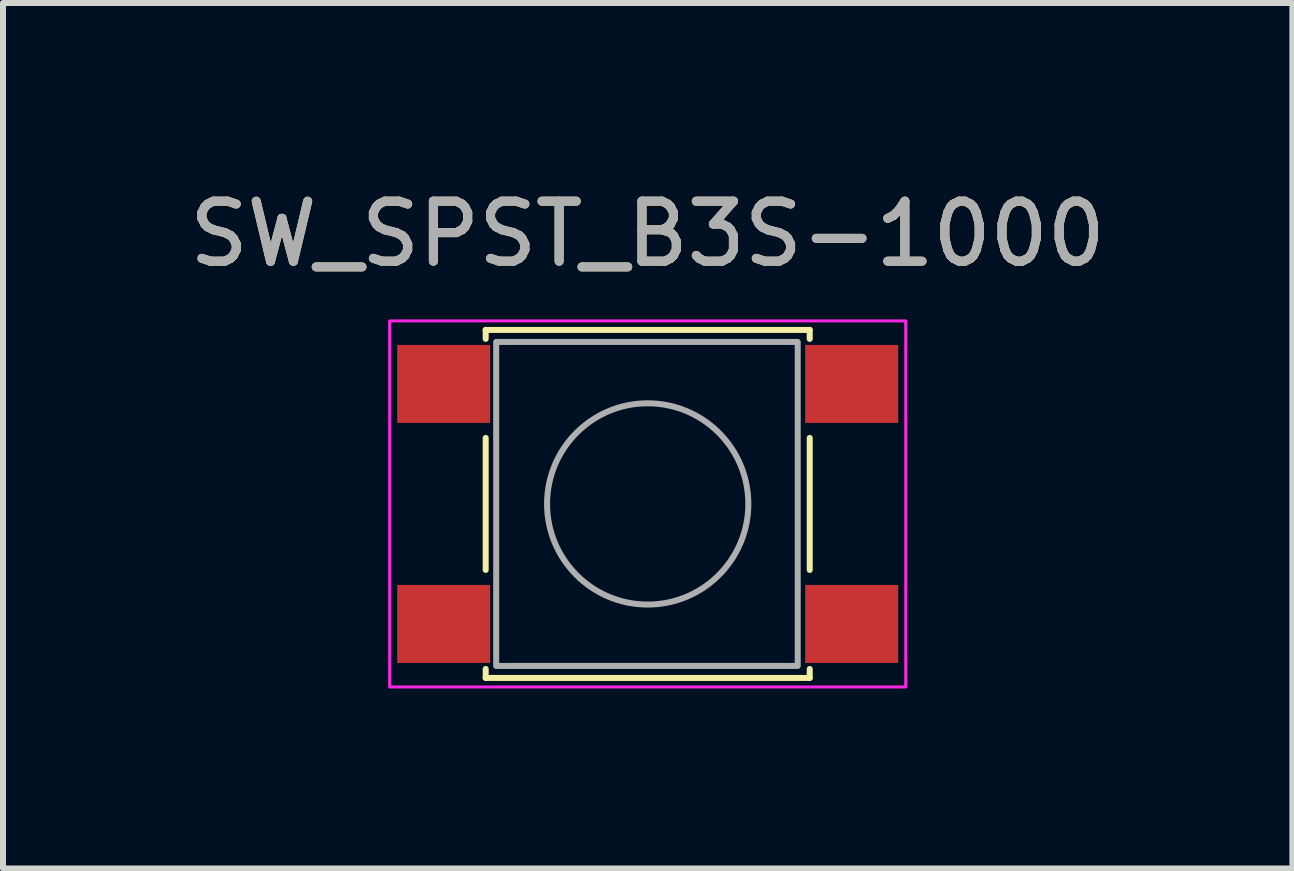
<source format=kicad_pcb>
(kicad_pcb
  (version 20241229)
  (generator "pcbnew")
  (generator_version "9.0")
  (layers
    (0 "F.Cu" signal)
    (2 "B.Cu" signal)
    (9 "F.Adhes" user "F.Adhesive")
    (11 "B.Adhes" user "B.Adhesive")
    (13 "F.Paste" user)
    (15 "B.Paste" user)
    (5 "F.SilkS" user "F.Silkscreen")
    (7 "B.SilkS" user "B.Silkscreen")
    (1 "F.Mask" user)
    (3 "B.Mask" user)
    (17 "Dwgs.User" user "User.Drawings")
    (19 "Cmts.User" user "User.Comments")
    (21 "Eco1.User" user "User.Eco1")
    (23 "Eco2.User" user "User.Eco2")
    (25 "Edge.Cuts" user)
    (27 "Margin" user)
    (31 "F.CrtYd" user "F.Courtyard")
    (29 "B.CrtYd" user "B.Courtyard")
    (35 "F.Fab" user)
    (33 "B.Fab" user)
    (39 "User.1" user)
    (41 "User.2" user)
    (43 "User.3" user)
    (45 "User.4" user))
  (footprint "SW_SPST_B3S-1000"
    (layer "F.Cu")
    (at 7.744 5.348)
    (property "Reference" "SW_SPST_B3S-1000" (at 0 -4.5 0) (layer "F.SilkS") (effects (font (size 1 1) (thickness 0.15))))
    (attr smd)
    (fp_line (start -2.7 -2.9) (end -2.7 -2.75) (stroke (width 0.1) (type solid)) (layer "F.SilkS"))
    (fp_line (start -2.7 -2.9) (end 2.7 -2.9) (stroke (width 0.1) (type solid)) (layer "F.SilkS"))
    (fp_line (start -2.7 -1.1) (end -2.7 1.1) (stroke (width 0.1) (type solid)) (layer "F.SilkS"))
    (fp_line (start -2.7 2.75) (end -2.7 2.9) (stroke (width 0.1) (type solid)) (layer "F.SilkS"))
    (fp_line (start -2.7 2.9) (end 2.7 2.9) (stroke (width 0.1) (type solid)) (layer "F.SilkS"))
    (fp_line (start 2.7 -2.9) (end 2.7 -2.75) (stroke (width 0.1) (type solid)) (layer "F.SilkS"))
    (fp_line (start 2.7 -1.1) (end 2.7 1.1) (stroke (width 0.1) (type default)) (layer "F.SilkS"))
    (fp_line (start 2.7 2.75) (end 2.7 2.9) (stroke (width 0.1) (type solid)) (layer "F.SilkS"))
    (fp_rect (start -4.3 -3.05) (end 4.3 3.05) (stroke (width 0.05) (type default)) (fill no) (layer "F.CrtYd"))
    (fp_rect (start -2.525 -2.7) (end 2.5 2.7) (stroke (width 0.1) (type default)) (fill no) (layer "F.Fab"))
    (fp_circle (center 0 0) (end 0.75 1.5) (stroke (width 0.1) (type default)) (fill no) (layer "F.Fab"))
    (fp_text user "${REFERENCE}" (at 0 -4.5 0) (layer "F.Fab") (effects (font (size 1 1) (thickness 0.15))))
    (pad "1" smd rect (at -3.4 -2) (size 1.55 1.3) (layers "F.Cu" "F.Mask" "F.Paste"))
    (pad "1" smd rect (at 3.4 -2) (size 1.55 1.3) (layers "F.Cu" "F.Mask" "F.Paste"))
    (pad "2" smd rect (at -3.4 2) (size 1.55 1.3) (layers "F.Cu" "F.Mask" "F.Paste"))
    (pad "2" smd rect (at 3.4 2) (size 1.55 1.3) (layers "F.Cu" "F.Mask" "F.Paste")))
  (gr_rect
    (start -3 -3)
    (end 18.488 11.423)
    (stroke (width 0.1) (type default))
    (fill no)
    (layer "Edge.Cuts")))
</source>
